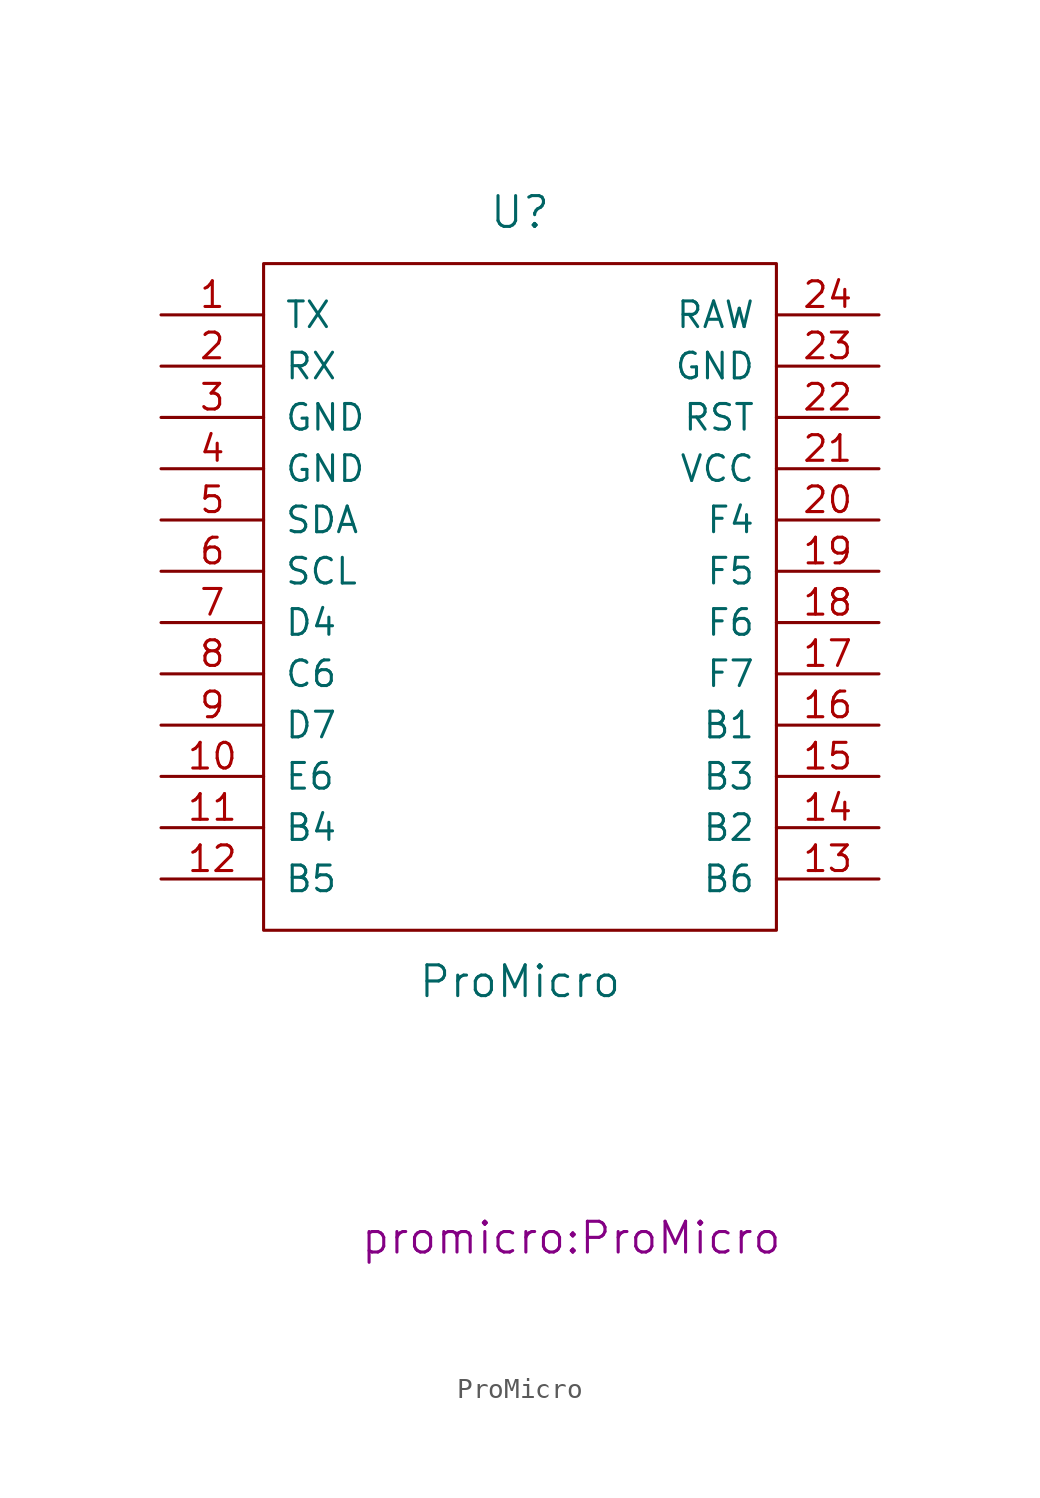
<source format=kicad_sym>
(kicad_symbol_lib
  (version 20211014)
  (generator kicad_symbol_editor)
  (symbol "ProMicro"
    (pin_names
      (offset 1.016))
    (property "Reference" "U"
      (at 0 24.13 0)
      (effects (font (size 1.524 1.524))))
    (property "Value" "ProMicro"
      (at 0 -13.97 0)
      (effects (font (size 1.524 1.524))))
    (property "Footprint" "promicro:ProMicro"
      (at 2.54 -26.67 0)
      (effects (font (size 1.524 1.524))))
    (property "Datasheet" ""
      (at 2.54 -26.67 0)
      (effects (font (size 1.524 1.524))))
    (symbol "ProMicro_0_1"
      (rectangle (start -12.7 21.59) (end 12.7 -11.43) (stroke (width 0) (type default) (color 0 0 0 0)) (fill (type none))))
    (symbol "ProMicro_1_1"
      (pin bidirectional line (at -17.78 19.05 0) (length 5.08) (name "TX" (effects (font (size 1.27 1.27)))) (number "1" (effects (font (size 1.27 1.27)))))
      (pin bidirectional line (at -17.78 -3.81 0) (length 5.08) (name "E6" (effects (font (size 1.27 1.27)))) (number "10" (effects (font (size 1.27 1.27)))))
      (pin bidirectional line (at -17.78 -6.35 0) (length 5.08) (name "B4" (effects (font (size 1.27 1.27)))) (number "11" (effects (font (size 1.27 1.27)))))
      (pin bidirectional line (at -17.78 -8.89 0) (length 5.08) (name "B5" (effects (font (size 1.27 1.27)))) (number "12" (effects (font (size 1.27 1.27)))))
      (pin bidirectional line (at 17.78 -8.89 180) (length 5.08) (name "B6" (effects (font (size 1.27 1.27)))) (number "13" (effects (font (size 1.27 1.27)))))
      (pin bidirectional line (at 17.78 -6.35 180) (length 5.08) (name "B2" (effects (font (size 1.27 1.27)))) (number "14" (effects (font (size 1.27 1.27)))))
      (pin bidirectional line (at 17.78 -3.81 180) (length 5.08) (name "B3" (effects (font (size 1.27 1.27)))) (number "15" (effects (font (size 1.27 1.27)))))
      (pin bidirectional line (at 17.78 -1.27 180) (length 5.08) (name "B1" (effects (font (size 1.27 1.27)))) (number "16" (effects (font (size 1.27 1.27)))))
      (pin bidirectional line (at 17.78 1.27 180) (length 5.08) (name "F7" (effects (font (size 1.27 1.27)))) (number "17" (effects (font (size 1.27 1.27)))))
      (pin bidirectional line (at 17.78 3.81 180) (length 5.08) (name "F6" (effects (font (size 1.27 1.27)))) (number "18" (effects (font (size 1.27 1.27)))))
      (pin bidirectional line (at 17.78 6.35 180) (length 5.08) (name "F5" (effects (font (size 1.27 1.27)))) (number "19" (effects (font (size 1.27 1.27)))))
      (pin bidirectional line (at -17.78 16.51 0) (length 5.08) (name "RX" (effects (font (size 1.27 1.27)))) (number "2" (effects (font (size 1.27 1.27)))))
      (pin bidirectional line (at 17.78 8.89 180) (length 5.08) (name "F4" (effects (font (size 1.27 1.27)))) (number "20" (effects (font (size 1.27 1.27)))))
      (pin power_in line (at 17.78 11.43 180) (length 5.08) (name "VCC" (effects (font (size 1.27 1.27)))) (number "21" (effects (font (size 1.27 1.27)))))
      (pin input line (at 17.78 13.97 180) (length 5.08) (name "RST" (effects (font (size 1.27 1.27)))) (number "22" (effects (font (size 1.27 1.27)))))
      (pin power_in line (at 17.78 16.51 180) (length 5.08) (name "GND" (effects (font (size 1.27 1.27)))) (number "23" (effects (font (size 1.27 1.27)))))
      (pin power_out line (at 17.78 19.05 180) (length 5.08) (name "RAW" (effects (font (size 1.27 1.27)))) (number "24" (effects (font (size 1.27 1.27)))))
      (pin power_in line (at -17.78 13.97 0) (length 5.08) (name "GND" (effects (font (size 1.27 1.27)))) (number "3" (effects (font (size 1.27 1.27)))))
      (pin power_in line (at -17.78 11.43 0) (length 5.08) (name "GND" (effects (font (size 1.27 1.27)))) (number "4" (effects (font (size 1.27 1.27)))))
      (pin bidirectional line (at -17.78 8.89 0) (length 5.08) (name "SDA" (effects (font (size 1.27 1.27)))) (number "5" (effects (font (size 1.27 1.27)))))
      (pin bidirectional line (at -17.78 6.35 0) (length 5.08) (name "SCL" (effects (font (size 1.27 1.27)))) (number "6" (effects (font (size 1.27 1.27)))))
      (pin bidirectional line (at -17.78 3.81 0) (length 5.08) (name "D4" (effects (font (size 1.27 1.27)))) (number "7" (effects (font (size 1.27 1.27)))))
      (pin bidirectional line (at -17.78 1.27 0) (length 5.08) (name "C6" (effects (font (size 1.27 1.27)))) (number "8" (effects (font (size 1.27 1.27)))))
      (pin bidirectional line (at -17.78 -1.27 0) (length 5.08) (name "D7" (effects (font (size 1.27 1.27)))) (number "9" (effects (font (size 1.27 1.27))))))))
</source>
